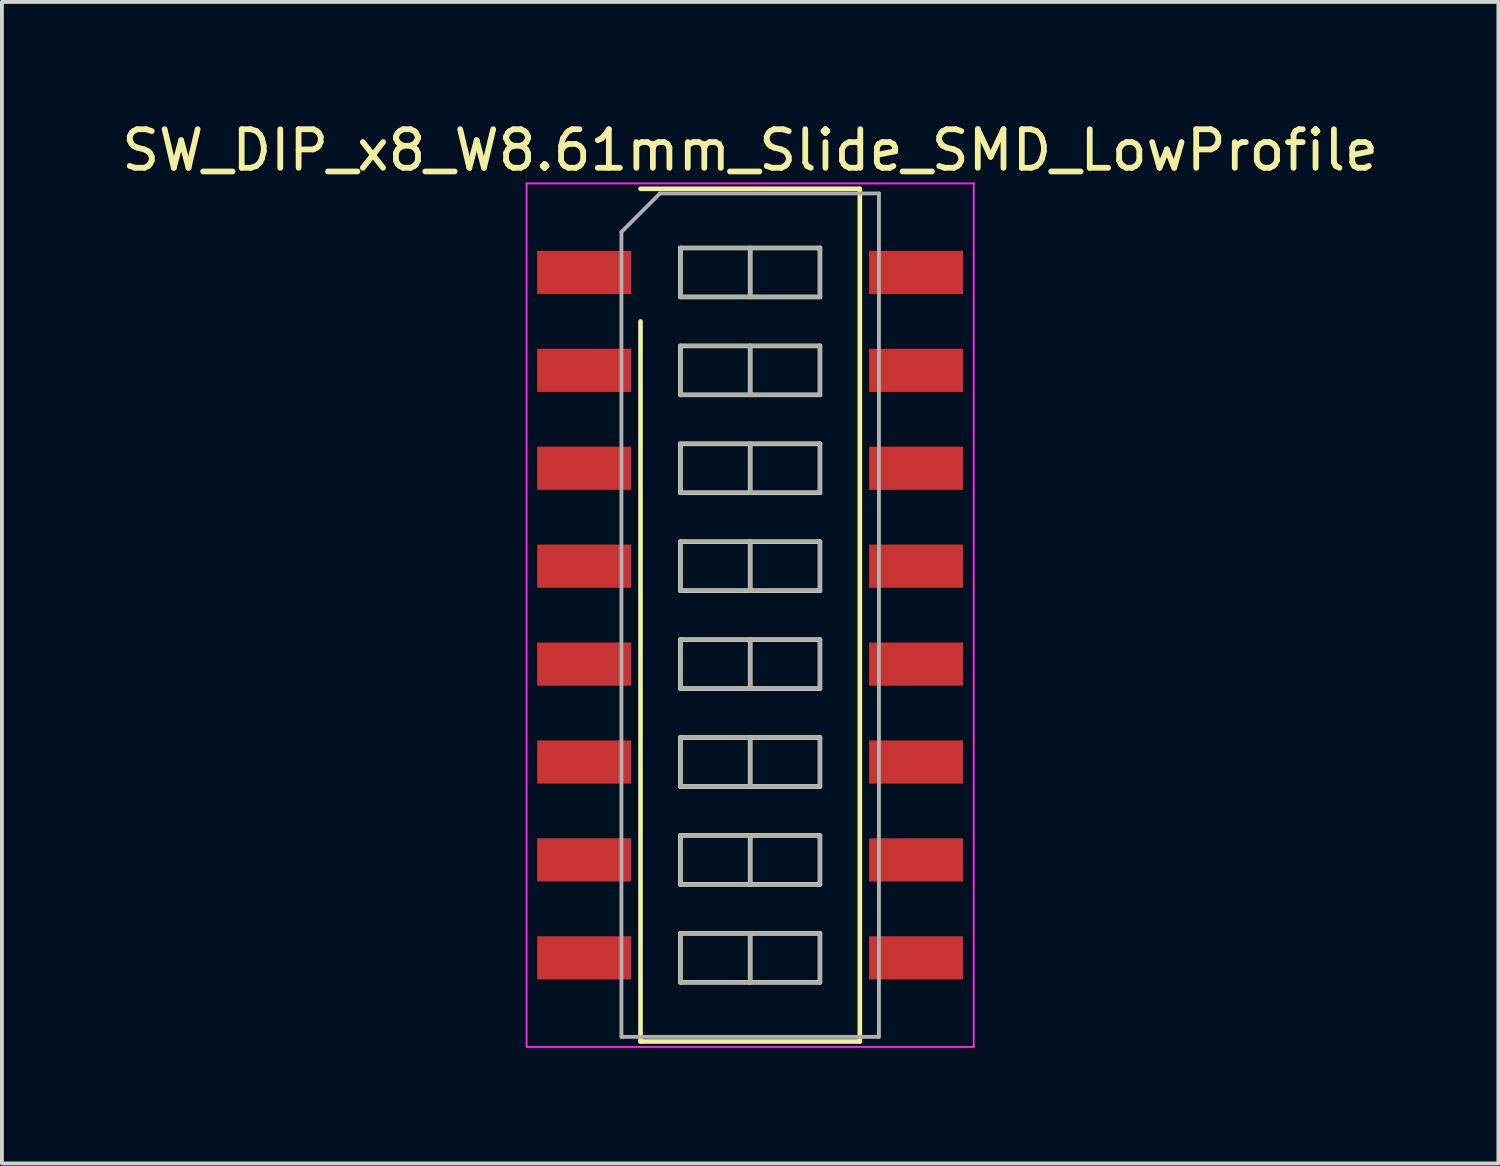
<source format=kicad_pcb>
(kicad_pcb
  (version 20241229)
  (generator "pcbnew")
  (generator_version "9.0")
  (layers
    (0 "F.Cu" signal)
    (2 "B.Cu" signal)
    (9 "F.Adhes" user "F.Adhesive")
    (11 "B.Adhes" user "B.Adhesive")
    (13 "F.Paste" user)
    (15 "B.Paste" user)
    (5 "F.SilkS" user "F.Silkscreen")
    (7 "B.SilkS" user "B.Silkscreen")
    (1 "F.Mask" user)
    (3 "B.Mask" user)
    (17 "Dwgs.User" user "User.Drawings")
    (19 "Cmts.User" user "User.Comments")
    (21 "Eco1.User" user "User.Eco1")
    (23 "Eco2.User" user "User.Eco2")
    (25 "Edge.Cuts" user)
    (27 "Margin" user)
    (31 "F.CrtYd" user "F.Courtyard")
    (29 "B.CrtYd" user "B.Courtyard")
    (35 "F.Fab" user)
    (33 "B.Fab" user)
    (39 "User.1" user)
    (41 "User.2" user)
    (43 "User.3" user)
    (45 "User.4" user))
  (footprint "SW_DIP_x8_W8.61mm_Slide_SMD_LowProfile"
    (layer "F.Cu")
    (at 16.411 12.908)
    (property "Reference" "SW_DIP_x8_W8.61mm_Slide_SMD_LowProfile" (at 0 -12.06 0) (layer "F.SilkS") (effects (font (size 1 1) (thickness 0.15))))
    (attr smd)
    (fp_line (start -2.845 -11.06) (end 2.845 -11.06) (stroke (width 0.12) (type solid)) (layer "F.SilkS"))
    (fp_line (start -2.845 11.06) (end -2.845 -7.62) (stroke (width 0.12) (type solid)) (layer "F.SilkS"))
    (fp_line (start -1.81 -9.525) (end -1.81 -8.255) (stroke (width 0.12) (type solid)) (layer "F.SilkS"))
    (fp_line (start -1.81 -8.255) (end 1.81 -8.255) (stroke (width 0.12) (type solid)) (layer "F.SilkS"))
    (fp_line (start -1.81 -6.985) (end -1.81 -5.715) (stroke (width 0.12) (type solid)) (layer "F.SilkS"))
    (fp_line (start -1.81 -5.715) (end 1.81 -5.715) (stroke (width 0.12) (type solid)) (layer "F.SilkS"))
    (fp_line (start -1.81 -4.445) (end -1.81 -3.175) (stroke (width 0.12) (type solid)) (layer "F.SilkS"))
    (fp_line (start -1.81 -3.175) (end 1.81 -3.175) (stroke (width 0.12) (type solid)) (layer "F.SilkS"))
    (fp_line (start -1.81 -1.905) (end -1.81 -0.635) (stroke (width 0.12) (type solid)) (layer "F.SilkS"))
    (fp_line (start -1.81 -0.635) (end 1.81 -0.635) (stroke (width 0.12) (type solid)) (layer "F.SilkS"))
    (fp_line (start -1.81 0.635) (end -1.81 1.905) (stroke (width 0.12) (type solid)) (layer "F.SilkS"))
    (fp_line (start -1.81 1.905) (end 1.81 1.905) (stroke (width 0.12) (type solid)) (layer "F.SilkS"))
    (fp_line (start -1.81 3.175) (end -1.81 4.445) (stroke (width 0.12) (type solid)) (layer "F.SilkS"))
    (fp_line (start -1.81 4.445) (end 1.81 4.445) (stroke (width 0.12) (type solid)) (layer "F.SilkS"))
    (fp_line (start -1.81 5.715) (end -1.81 6.985) (stroke (width 0.12) (type solid)) (layer "F.SilkS"))
    (fp_line (start -1.81 6.985) (end 1.81 6.985) (stroke (width 0.12) (type solid)) (layer "F.SilkS"))
    (fp_line (start -1.81 8.255) (end -1.81 9.525) (stroke (width 0.12) (type solid)) (layer "F.SilkS"))
    (fp_line (start -1.81 9.525) (end 1.81 9.525) (stroke (width 0.12) (type solid)) (layer "F.SilkS"))
    (fp_line (start 0 -9.525) (end 0 -8.255) (stroke (width 0.12) (type solid)) (layer "F.SilkS"))
    (fp_line (start 0 -6.985) (end 0 -5.715) (stroke (width 0.12) (type solid)) (layer "F.SilkS"))
    (fp_line (start 0 -4.445) (end 0 -3.175) (stroke (width 0.12) (type solid)) (layer "F.SilkS"))
    (fp_line (start 0 -1.905) (end 0 -0.635) (stroke (width 0.12) (type solid)) (layer "F.SilkS"))
    (fp_line (start 0 0.635) (end 0 1.905) (stroke (width 0.12) (type solid)) (layer "F.SilkS"))
    (fp_line (start 0 3.175) (end 0 4.445) (stroke (width 0.12) (type solid)) (layer "F.SilkS"))
    (fp_line (start 0 5.715) (end 0 6.985) (stroke (width 0.12) (type solid)) (layer "F.SilkS"))
    (fp_line (start 0 8.255) (end 0 9.525) (stroke (width 0.12) (type solid)) (layer "F.SilkS"))
    (fp_line (start 1.81 -9.525) (end -1.81 -9.525) (stroke (width 0.12) (type solid)) (layer "F.SilkS"))
    (fp_line (start 1.81 -8.255) (end 1.81 -9.525) (stroke (width 0.12) (type solid)) (layer "F.SilkS"))
    (fp_line (start 1.81 -6.985) (end -1.81 -6.985) (stroke (width 0.12) (type solid)) (layer "F.SilkS"))
    (fp_line (start 1.81 -5.715) (end 1.81 -6.985) (stroke (width 0.12) (type solid)) (layer "F.SilkS"))
    (fp_line (start 1.81 -4.445) (end -1.81 -4.445) (stroke (width 0.12) (type solid)) (layer "F.SilkS"))
    (fp_line (start 1.81 -3.175) (end 1.81 -4.445) (stroke (width 0.12) (type solid)) (layer "F.SilkS"))
    (fp_line (start 1.81 -1.905) (end -1.81 -1.905) (stroke (width 0.12) (type solid)) (layer "F.SilkS"))
    (fp_line (start 1.81 -0.635) (end 1.81 -1.905) (stroke (width 0.12) (type solid)) (layer "F.SilkS"))
    (fp_line (start 1.81 0.635) (end -1.81 0.635) (stroke (width 0.12) (type solid)) (layer "F.SilkS"))
    (fp_line (start 1.81 1.905) (end 1.81 0.635) (stroke (width 0.12) (type solid)) (layer "F.SilkS"))
    (fp_line (start 1.81 3.175) (end -1.81 3.175) (stroke (width 0.12) (type solid)) (layer "F.SilkS"))
    (fp_line (start 1.81 4.445) (end 1.81 3.175) (stroke (width 0.12) (type solid)) (layer "F.SilkS"))
    (fp_line (start 1.81 5.715) (end -1.81 5.715) (stroke (width 0.12) (type solid)) (layer "F.SilkS"))
    (fp_line (start 1.81 6.985) (end 1.81 5.715) (stroke (width 0.12) (type solid)) (layer "F.SilkS"))
    (fp_line (start 1.81 8.255) (end -1.81 8.255) (stroke (width 0.12) (type solid)) (layer "F.SilkS"))
    (fp_line (start 1.81 9.525) (end 1.81 8.255) (stroke (width 0.12) (type solid)) (layer "F.SilkS"))
    (fp_line (start 2.845 -11.06) (end 2.845 11.06) (stroke (width 0.12) (type solid)) (layer "F.SilkS"))
    (fp_line (start 2.845 11.06) (end -2.845 11.06) (stroke (width 0.12) (type solid)) (layer "F.SilkS"))
    (fp_line (start -5.8 -11.2) (end -5.8 11.2) (stroke (width 0.05) (type solid)) (layer "F.CrtYd"))
    (fp_line (start -5.8 11.2) (end 5.8 11.2) (stroke (width 0.05) (type solid)) (layer "F.CrtYd"))
    (fp_line (start 5.8 -11.2) (end -5.8 -11.2) (stroke (width 0.05) (type solid)) (layer "F.CrtYd"))
    (fp_line (start 5.8 11.2) (end 5.8 -11.2) (stroke (width 0.05) (type solid)) (layer "F.CrtYd"))
    (fp_line (start -3.34 -9.94) (end -2.34 -10.94) (stroke (width 0.1) (type solid)) (layer "F.Fab"))
    (fp_line (start -3.34 10.94) (end -3.34 -9.94) (stroke (width 0.1) (type solid)) (layer "F.Fab"))
    (fp_line (start -2.34 -10.94) (end 3.34 -10.94) (stroke (width 0.1) (type solid)) (layer "F.Fab"))
    (fp_line (start -1.81 -9.525) (end -1.81 -8.255) (stroke (width 0.1) (type solid)) (layer "F.Fab"))
    (fp_line (start -1.81 -8.255) (end 1.81 -8.255) (stroke (width 0.1) (type solid)) (layer "F.Fab"))
    (fp_line (start -1.81 -6.985) (end -1.81 -5.715) (stroke (width 0.1) (type solid)) (layer "F.Fab"))
    (fp_line (start -1.81 -5.715) (end 1.81 -5.715) (stroke (width 0.1) (type solid)) (layer "F.Fab"))
    (fp_line (start -1.81 -4.445) (end -1.81 -3.175) (stroke (width 0.1) (type solid)) (layer "F.Fab"))
    (fp_line (start -1.81 -3.175) (end 1.81 -3.175) (stroke (width 0.1) (type solid)) (layer "F.Fab"))
    (fp_line (start -1.81 -1.905) (end -1.81 -0.635) (stroke (width 0.1) (type solid)) (layer "F.Fab"))
    (fp_line (start -1.81 -0.635) (end 1.81 -0.635) (stroke (width 0.1) (type solid)) (layer "F.Fab"))
    (fp_line (start -1.81 0.635) (end -1.81 1.905) (stroke (width 0.1) (type solid)) (layer "F.Fab"))
    (fp_line (start -1.81 1.905) (end 1.81 1.905) (stroke (width 0.1) (type solid)) (layer "F.Fab"))
    (fp_line (start -1.81 3.175) (end -1.81 4.445) (stroke (width 0.1) (type solid)) (layer "F.Fab"))
    (fp_line (start -1.81 4.445) (end 1.81 4.445) (stroke (width 0.1) (type solid)) (layer "F.Fab"))
    (fp_line (start -1.81 5.715) (end -1.81 6.985) (stroke (width 0.1) (type solid)) (layer "F.Fab"))
    (fp_line (start -1.81 6.985) (end 1.81 6.985) (stroke (width 0.1) (type solid)) (layer "F.Fab"))
    (fp_line (start -1.81 8.255) (end -1.81 9.525) (stroke (width 0.1) (type solid)) (layer "F.Fab"))
    (fp_line (start -1.81 9.525) (end 1.81 9.525) (stroke (width 0.1) (type solid)) (layer "F.Fab"))
    (fp_line (start 0 -9.525) (end 0 -8.255) (stroke (width 0.1) (type solid)) (layer "F.Fab"))
    (fp_line (start 0 -6.985) (end 0 -5.715) (stroke (width 0.1) (type solid)) (layer "F.Fab"))
    (fp_line (start 0 -4.445) (end 0 -3.175) (stroke (width 0.1) (type solid)) (layer "F.Fab"))
    (fp_line (start 0 -1.905) (end 0 -0.635) (stroke (width 0.1) (type solid)) (layer "F.Fab"))
    (fp_line (start 0 0.635) (end 0 1.905) (stroke (width 0.1) (type solid)) (layer "F.Fab"))
    (fp_line (start 0 3.175) (end 0 4.445) (stroke (width 0.1) (type solid)) (layer "F.Fab"))
    (fp_line (start 0 5.715) (end 0 6.985) (stroke (width 0.1) (type solid)) (layer "F.Fab"))
    (fp_line (start 0 8.255) (end 0 9.525) (stroke (width 0.1) (type solid)) (layer "F.Fab"))
    (fp_line (start 1.81 -9.525) (end -1.81 -9.525) (stroke (width 0.1) (type solid)) (layer "F.Fab"))
    (fp_line (start 1.81 -8.255) (end 1.81 -9.525) (stroke (width 0.1) (type solid)) (layer "F.Fab"))
    (fp_line (start 1.81 -6.985) (end -1.81 -6.985) (stroke (width 0.1) (type solid)) (layer "F.Fab"))
    (fp_line (start 1.81 -5.715) (end 1.81 -6.985) (stroke (width 0.1) (type solid)) (layer "F.Fab"))
    (fp_line (start 1.81 -4.445) (end -1.81 -4.445) (stroke (width 0.1) (type solid)) (layer "F.Fab"))
    (fp_line (start 1.81 -3.175) (end 1.81 -4.445) (stroke (width 0.1) (type solid)) (layer "F.Fab"))
    (fp_line (start 1.81 -1.905) (end -1.81 -1.905) (stroke (width 0.1) (type solid)) (layer "F.Fab"))
    (fp_line (start 1.81 -0.635) (end 1.81 -1.905) (stroke (width 0.1) (type solid)) (layer "F.Fab"))
    (fp_line (start 1.81 0.635) (end -1.81 0.635) (stroke (width 0.1) (type solid)) (layer "F.Fab"))
    (fp_line (start 1.81 1.905) (end 1.81 0.635) (stroke (width 0.1) (type solid)) (layer "F.Fab"))
    (fp_line (start 1.81 3.175) (end -1.81 3.175) (stroke (width 0.1) (type solid)) (layer "F.Fab"))
    (fp_line (start 1.81 4.445) (end 1.81 3.175) (stroke (width 0.1) (type solid)) (layer "F.Fab"))
    (fp_line (start 1.81 5.715) (end -1.81 5.715) (stroke (width 0.1) (type solid)) (layer "F.Fab"))
    (fp_line (start 1.81 6.985) (end 1.81 5.715) (stroke (width 0.1) (type solid)) (layer "F.Fab"))
    (fp_line (start 1.81 8.255) (end -1.81 8.255) (stroke (width 0.1) (type solid)) (layer "F.Fab"))
    (fp_line (start 1.81 9.525) (end 1.81 8.255) (stroke (width 0.1) (type solid)) (layer "F.Fab"))
    (fp_line (start 3.34 -10.94) (end 3.34 10.94) (stroke (width 0.1) (type solid)) (layer "F.Fab"))
    (fp_line (start 3.34 10.94) (end -3.34 10.94) (stroke (width 0.1) (type solid)) (layer "F.Fab"))
    (pad "1" smd rect (at -4.305 -8.89) (size 2.44 1.12) (layers "F.Cu" "F.Mask"))
    (pad "2" smd rect (at -4.305 -6.35) (size 2.44 1.12) (layers "F.Cu" "F.Mask"))
    (pad "3" smd rect (at -4.305 -3.81) (size 2.44 1.12) (layers "F.Cu" "F.Mask"))
    (pad "4" smd rect (at -4.305 -1.27) (size 2.44 1.12) (layers "F.Cu" "F.Mask"))
    (pad "5" smd rect (at -4.305 1.27) (size 2.44 1.12) (layers "F.Cu" "F.Mask"))
    (pad "6" smd rect (at -4.305 3.81) (size 2.44 1.12) (layers "F.Cu" "F.Mask"))
    (pad "7" smd rect (at -4.305 6.35) (size 2.44 1.12) (layers "F.Cu" "F.Mask"))
    (pad "8" smd rect (at -4.305 8.89) (size 2.44 1.12) (layers "F.Cu" "F.Mask"))
    (pad "9" smd rect (at 4.305 8.89) (size 2.44 1.12) (layers "F.Cu" "F.Mask"))
    (pad "10" smd rect (at 4.305 6.35) (size 2.44 1.12) (layers "F.Cu" "F.Mask"))
    (pad "11" smd rect (at 4.305 3.81) (size 2.44 1.12) (layers "F.Cu" "F.Mask"))
    (pad "12" smd rect (at 4.305 1.27) (size 2.44 1.12) (layers "F.Cu" "F.Mask"))
    (pad "13" smd rect (at 4.305 -1.27) (size 2.44 1.12) (layers "F.Cu" "F.Mask"))
    (pad "14" smd rect (at 4.305 -3.81) (size 2.44 1.12) (layers "F.Cu" "F.Mask"))
    (pad "15" smd rect (at 4.305 -6.35) (size 2.44 1.12) (layers "F.Cu" "F.Mask"))
    (pad "16" smd rect (at 4.305 -8.89) (size 2.44 1.12) (layers "F.Cu" "F.Mask")))
  (gr_rect
    (start -3 -3)
    (end 35.821 27.133)
    (stroke (width 0.1) (type default))
    (fill no)
    (layer "Edge.Cuts")))
</source>
